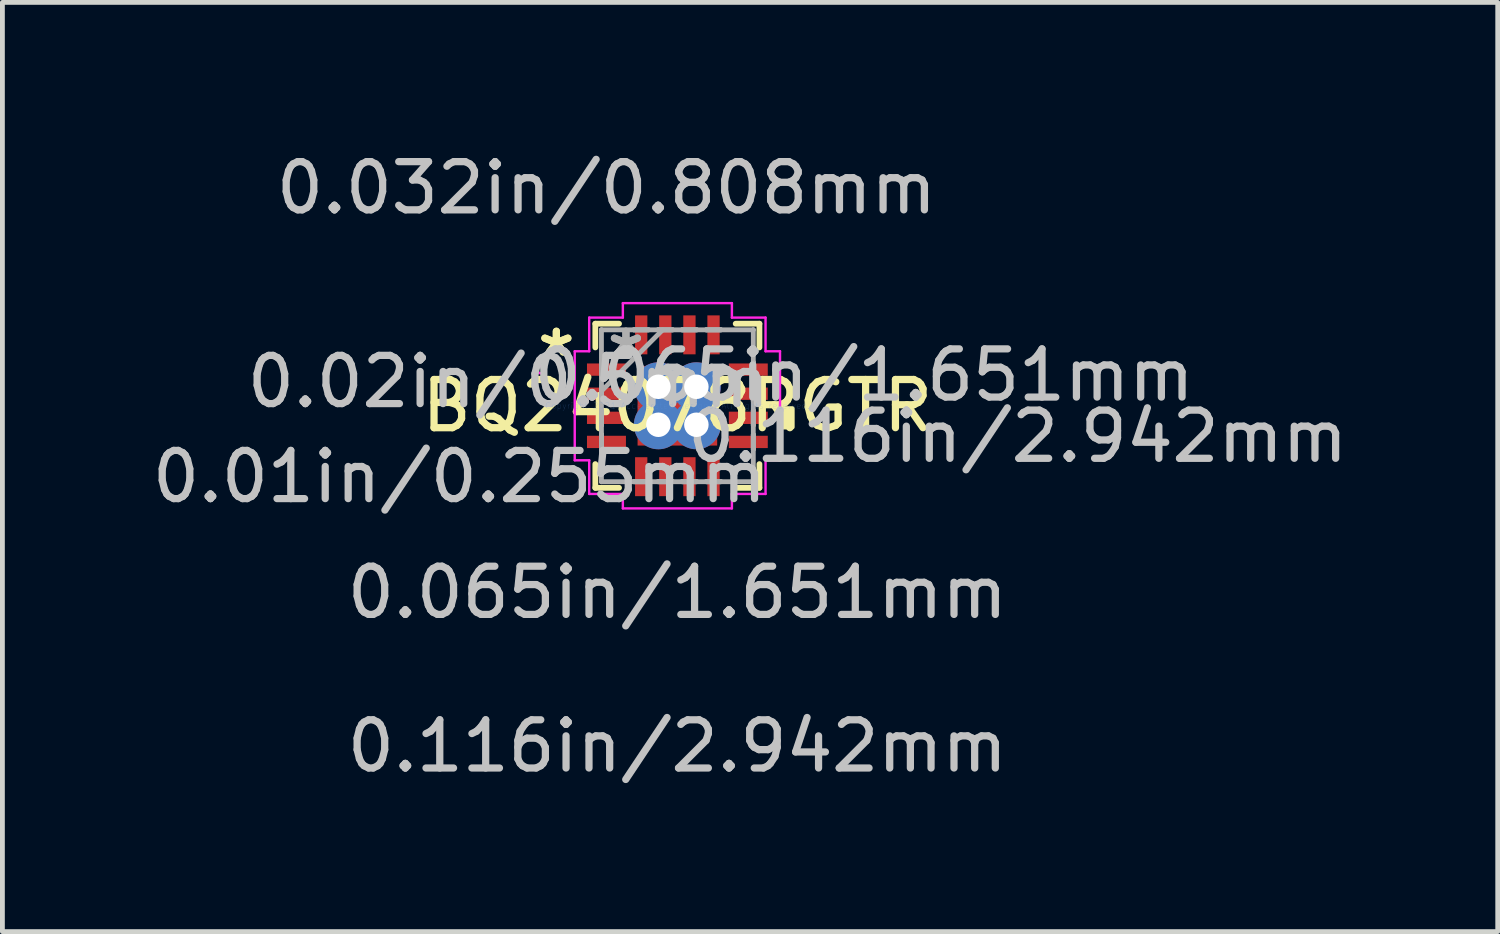
<source format=kicad_pcb>
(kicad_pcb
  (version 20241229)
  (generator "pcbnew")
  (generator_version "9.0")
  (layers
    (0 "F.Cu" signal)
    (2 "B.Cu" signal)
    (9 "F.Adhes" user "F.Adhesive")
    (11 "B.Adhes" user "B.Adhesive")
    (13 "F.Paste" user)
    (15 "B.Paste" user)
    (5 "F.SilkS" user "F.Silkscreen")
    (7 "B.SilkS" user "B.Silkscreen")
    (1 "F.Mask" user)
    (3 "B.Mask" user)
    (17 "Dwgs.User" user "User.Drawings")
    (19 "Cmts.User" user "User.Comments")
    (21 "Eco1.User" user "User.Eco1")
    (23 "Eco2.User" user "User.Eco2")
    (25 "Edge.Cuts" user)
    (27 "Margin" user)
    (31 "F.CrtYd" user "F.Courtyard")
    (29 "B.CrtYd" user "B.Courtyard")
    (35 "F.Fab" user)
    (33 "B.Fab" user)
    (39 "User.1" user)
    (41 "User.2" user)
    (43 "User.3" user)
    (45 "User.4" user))
  (footprint "BQ24078RGTR"
    (layer "F.Cu")
    (at 11.001 5.367)
    (property "Reference" "BQ24078RGTR" (at 0 0 0) (layer "F.SilkS") (effects (font (size 1 1) (thickness 0.15))))
    (attr through_hole)
    (fp_poly (pts (xy -0.889 -0.889) (xy -0.594 -0.889) (xy -0.594 0.889) (xy -0.889 0.889)) (stroke (width 0.1) (type solid)) (fill yes) (layer "F.Mask"))
    (fp_poly (pts (xy -0.889 -0.889) (xy 0.889 -0.889) (xy 0.889 -0.594) (xy -0.889 -0.594)) (stroke (width 0.1) (type solid)) (fill yes) (layer "F.Mask"))
    (fp_poly (pts (xy -0.889 -0.194) (xy 0.889 -0.194) (xy 0.889 0.194) (xy -0.889 0.194)) (stroke (width 0.1) (type solid)) (fill yes) (layer "F.Mask"))
    (fp_poly (pts (xy -0.889 0.594) (xy 0.889 0.594) (xy 0.889 0.889) (xy -0.889 0.889)) (stroke (width 0.1) (type solid)) (fill yes) (layer "F.Mask"))
    (fp_poly (pts (xy 0.194 -0.889) (xy -0.194 -0.889) (xy -0.194 0.889) (xy 0.194 0.889)) (stroke (width 0.1) (type solid)) (fill yes) (layer "F.Mask"))
    (fp_poly (pts (xy 0.594 -0.889) (xy 0.889 -0.889) (xy 0.889 0.889) (xy 0.594 0.889)) (stroke (width 0.1) (type solid)) (fill yes) (layer "F.Mask"))
    (fp_line (start -1.702 -1.702) (end -1.702 -1.21) (stroke (width 0.12) (type solid)) (layer "F.SilkS"))
    (fp_line (start -1.702 1.21) (end -1.702 1.702) (stroke (width 0.12) (type solid)) (layer "F.SilkS"))
    (fp_line (start -1.702 1.702) (end -1.21 1.702) (stroke (width 0.12) (type solid)) (layer "F.SilkS"))
    (fp_line (start -1.21 -1.702) (end -1.702 -1.702) (stroke (width 0.12) (type solid)) (layer "F.SilkS"))
    (fp_line (start 1.21 1.702) (end 1.702 1.702) (stroke (width 0.12) (type solid)) (layer "F.SilkS"))
    (fp_line (start 1.702 -1.702) (end 1.21 -1.702) (stroke (width 0.12) (type solid)) (layer "F.SilkS"))
    (fp_line (start 1.702 -1.21) (end 1.702 -1.702) (stroke (width 0.12) (type solid)) (layer "F.SilkS"))
    (fp_line (start 1.702 1.702) (end 1.702 1.21) (stroke (width 0.12) (type solid)) (layer "F.SilkS"))
    (fp_poly (pts (xy 2.383 0.059) (xy 2.383 0.441) (xy 2.129 0.441) (xy 2.129 0.059)) (stroke (width 0.1) (type solid)) (fill yes) (layer "F.SilkS"))
    (fp_poly (pts (xy -0.751 -0.751) (xy -0.751 -0.494) (xy -0.635 -0.494) (xy -0.494 -0.635) (xy -0.494 -0.751)) (stroke (width 0.1) (type solid)) (fill yes) (layer "F.Paste"))
    (fp_poly (pts (xy -0.751 0.494) (xy -0.751 0.751) (xy -0.494 0.751) (xy -0.494 0.635) (xy -0.635 0.494)) (stroke (width 0.1) (type solid)) (fill yes) (layer "F.Paste"))
    (fp_poly (pts (xy 0.494 -0.751) (xy 0.494 -0.635) (xy 0.635 -0.494) (xy 0.751 -0.494) (xy 0.751 -0.751)) (stroke (width 0.1) (type solid)) (fill yes) (layer "F.Paste"))
    (fp_poly (pts (xy 0.635 0.494) (xy 0.494 0.635) (xy 0.494 0.751) (xy 0.751 0.751) (xy 0.751 0.494)) (stroke (width 0.1) (type solid)) (fill yes) (layer "F.Paste"))
    (fp_poly (pts (xy -0.751 -0.294) (xy -0.751 0.294) (xy -0.635 0.294) (xy -0.494 0.152) (xy -0.494 -0.152) (xy -0.635 -0.294)) (stroke (width 0.1) (type solid)) (fill yes) (layer "F.Paste"))
    (fp_poly (pts (xy -0.294 -0.751) (xy -0.294 -0.635) (xy -0.152 -0.494) (xy 0.152 -0.494) (xy 0.294 -0.635) (xy 0.294 -0.751)) (stroke (width 0.1) (type solid)) (fill yes) (layer "F.Paste"))
    (fp_poly (pts (xy -0.152 0.494) (xy -0.294 0.635) (xy -0.294 0.751) (xy 0.294 0.751) (xy 0.294 0.635) (xy 0.152 0.494)) (stroke (width 0.1) (type solid)) (fill yes) (layer "F.Paste"))
    (fp_poly (pts (xy 0.635 -0.294) (xy 0.494 -0.152) (xy 0.494 0.152) (xy 0.635 0.294) (xy 0.751 0.294) (xy 0.751 -0.294)) (stroke (width 0.1) (type solid)) (fill yes) (layer "F.Paste"))
    (fp_poly (pts (xy -0.152 -0.294) (xy -0.294 -0.152) (xy -0.294 0.152) (xy -0.152 0.294) (xy 0.152 0.294) (xy 0.294 0.152) (xy 0.294 -0.152) (xy 0.152 -0.294)) (stroke (width 0.1) (type solid)) (fill yes) (layer "F.Paste"))
    (fp_line (start -2.129 -1.131) (end -1.829 -1.131) (stroke (width 0.05) (type solid)) (layer "F.CrtYd"))
    (fp_line (start -2.129 1.131) (end -2.129 -1.131) (stroke (width 0.05) (type solid)) (layer "F.CrtYd"))
    (fp_line (start -1.829 -1.829) (end -1.131 -1.829) (stroke (width 0.05) (type solid)) (layer "F.CrtYd"))
    (fp_line (start -1.829 -1.131) (end -1.829 -1.829) (stroke (width 0.05) (type solid)) (layer "F.CrtYd"))
    (fp_line (start -1.829 1.131) (end -2.129 1.131) (stroke (width 0.05) (type solid)) (layer "F.CrtYd"))
    (fp_line (start -1.829 1.829) (end -1.829 1.131) (stroke (width 0.05) (type solid)) (layer "F.CrtYd"))
    (fp_line (start -1.131 -2.129) (end 1.131 -2.129) (stroke (width 0.05) (type solid)) (layer "F.CrtYd"))
    (fp_line (start -1.131 -1.829) (end -1.131 -2.129) (stroke (width 0.05) (type solid)) (layer "F.CrtYd"))
    (fp_line (start -1.131 1.829) (end -1.829 1.829) (stroke (width 0.05) (type solid)) (layer "F.CrtYd"))
    (fp_line (start -1.131 2.129) (end -1.131 1.829) (stroke (width 0.05) (type solid)) (layer "F.CrtYd"))
    (fp_line (start 1.131 -2.129) (end 1.131 -1.829) (stroke (width 0.05) (type solid)) (layer "F.CrtYd"))
    (fp_line (start 1.131 -1.829) (end 1.829 -1.829) (stroke (width 0.05) (type solid)) (layer "F.CrtYd"))
    (fp_line (start 1.131 1.829) (end 1.131 2.129) (stroke (width 0.05) (type solid)) (layer "F.CrtYd"))
    (fp_line (start 1.131 2.129) (end -1.131 2.129) (stroke (width 0.05) (type solid)) (layer "F.CrtYd"))
    (fp_line (start 1.829 -1.829) (end 1.829 -1.131) (stroke (width 0.05) (type solid)) (layer "F.CrtYd"))
    (fp_line (start 1.829 -1.131) (end 2.129 -1.131) (stroke (width 0.05) (type solid)) (layer "F.CrtYd"))
    (fp_line (start 1.829 1.131) (end 1.829 1.829) (stroke (width 0.05) (type solid)) (layer "F.CrtYd"))
    (fp_line (start 1.829 1.829) (end 1.131 1.829) (stroke (width 0.05) (type solid)) (layer "F.CrtYd"))
    (fp_line (start 2.129 -1.131) (end 2.129 1.131) (stroke (width 0.05) (type solid)) (layer "F.CrtYd"))
    (fp_line (start 2.129 1.131) (end 1.829 1.131) (stroke (width 0.05) (type solid)) (layer "F.CrtYd"))
    (fp_circle (center -2.83 -0.75) (end -2.753 -0.75) (stroke (width 0.05) (type solid)) (fill no) (layer "F.CrtYd"))
    (fp_line (start -1.575 -1.575) (end -1.575 -1.575) (stroke (width 0.1) (type solid)) (layer "F.Fab"))
    (fp_line (start -1.575 -1.575) (end -1.575 1.575) (stroke (width 0.1) (type solid)) (layer "F.Fab"))
    (fp_line (start -1.575 -0.902) (end -1.575 -0.902) (stroke (width 0.1) (type solid)) (layer "F.Fab"))
    (fp_line (start -1.575 -0.902) (end -1.575 -0.598) (stroke (width 0.1) (type solid)) (layer "F.Fab"))
    (fp_line (start -1.575 -0.598) (end -1.575 -0.902) (stroke (width 0.1) (type solid)) (layer "F.Fab"))
    (fp_line (start -1.575 -0.598) (end -1.575 -0.598) (stroke (width 0.1) (type solid)) (layer "F.Fab"))
    (fp_line (start -1.575 -0.402) (end -1.575 -0.402) (stroke (width 0.1) (type solid)) (layer "F.Fab"))
    (fp_line (start -1.575 -0.402) (end -1.575 -0.098) (stroke (width 0.1) (type solid)) (layer "F.Fab"))
    (fp_line (start -1.575 -0.305) (end -0.305 -1.575) (stroke (width 0.1) (type solid)) (layer "F.Fab"))
    (fp_line (start -1.575 -0.098) (end -1.575 -0.402) (stroke (width 0.1) (type solid)) (layer "F.Fab"))
    (fp_line (start -1.575 -0.098) (end -1.575 -0.098) (stroke (width 0.1) (type solid)) (layer "F.Fab"))
    (fp_line (start -1.575 0.098) (end -1.575 0.098) (stroke (width 0.1) (type solid)) (layer "F.Fab"))
    (fp_line (start -1.575 0.098) (end -1.575 0.402) (stroke (width 0.1) (type solid)) (layer "F.Fab"))
    (fp_line (start -1.575 0.402) (end -1.575 0.098) (stroke (width 0.1) (type solid)) (layer "F.Fab"))
    (fp_line (start -1.575 0.402) (end -1.575 0.402) (stroke (width 0.1) (type solid)) (layer "F.Fab"))
    (fp_line (start -1.575 0.598) (end -1.575 0.598) (stroke (width 0.1) (type solid)) (layer "F.Fab"))
    (fp_line (start -1.575 0.598) (end -1.575 0.902) (stroke (width 0.1) (type solid)) (layer "F.Fab"))
    (fp_line (start -1.575 0.902) (end -1.575 0.598) (stroke (width 0.1) (type solid)) (layer "F.Fab"))
    (fp_line (start -1.575 0.902) (end -1.575 0.902) (stroke (width 0.1) (type solid)) (layer "F.Fab"))
    (fp_line (start -1.575 1.575) (end -1.575 1.575) (stroke (width 0.1) (type solid)) (layer "F.Fab"))
    (fp_line (start -1.575 1.575) (end 1.575 1.575) (stroke (width 0.1) (type solid)) (layer "F.Fab"))
    (fp_line (start -0.902 -1.575) (end -0.902 -1.575) (stroke (width 0.1) (type solid)) (layer "F.Fab"))
    (fp_line (start -0.902 -1.575) (end -0.598 -1.575) (stroke (width 0.1) (type solid)) (layer "F.Fab"))
    (fp_line (start -0.902 1.575) (end -0.902 1.575) (stroke (width 0.1) (type solid)) (layer "F.Fab"))
    (fp_line (start -0.902 1.575) (end -0.598 1.575) (stroke (width 0.1) (type solid)) (layer "F.Fab"))
    (fp_line (start -0.598 -1.575) (end -0.902 -1.575) (stroke (width 0.1) (type solid)) (layer "F.Fab"))
    (fp_line (start -0.598 -1.575) (end -0.598 -1.575) (stroke (width 0.1) (type solid)) (layer "F.Fab"))
    (fp_line (start -0.598 1.575) (end -0.902 1.575) (stroke (width 0.1) (type solid)) (layer "F.Fab"))
    (fp_line (start -0.598 1.575) (end -0.598 1.575) (stroke (width 0.1) (type solid)) (layer "F.Fab"))
    (fp_line (start -0.402 -1.575) (end -0.402 -1.575) (stroke (width 0.1) (type solid)) (layer "F.Fab"))
    (fp_line (start -0.402 -1.575) (end -0.098 -1.575) (stroke (width 0.1) (type solid)) (layer "F.Fab"))
    (fp_line (start -0.402 1.575) (end -0.402 1.575) (stroke (width 0.1) (type solid)) (layer "F.Fab"))
    (fp_line (start -0.402 1.575) (end -0.098 1.575) (stroke (width 0.1) (type solid)) (layer "F.Fab"))
    (fp_line (start -0.098 -1.575) (end -0.402 -1.575) (stroke (width 0.1) (type solid)) (layer "F.Fab"))
    (fp_line (start -0.098 -1.575) (end -0.098 -1.575) (stroke (width 0.1) (type solid)) (layer "F.Fab"))
    (fp_line (start -0.098 1.575) (end -0.402 1.575) (stroke (width 0.1) (type solid)) (layer "F.Fab"))
    (fp_line (start -0.098 1.575) (end -0.098 1.575) (stroke (width 0.1) (type solid)) (layer "F.Fab"))
    (fp_line (start 0.098 -1.575) (end 0.098 -1.575) (stroke (width 0.1) (type solid)) (layer "F.Fab"))
    (fp_line (start 0.098 -1.575) (end 0.402 -1.575) (stroke (width 0.1) (type solid)) (layer "F.Fab"))
    (fp_line (start 0.098 1.575) (end 0.098 1.575) (stroke (width 0.1) (type solid)) (layer "F.Fab"))
    (fp_line (start 0.098 1.575) (end 0.402 1.575) (stroke (width 0.1) (type solid)) (layer "F.Fab"))
    (fp_line (start 0.402 -1.575) (end 0.098 -1.575) (stroke (width 0.1) (type solid)) (layer "F.Fab"))
    (fp_line (start 0.402 -1.575) (end 0.402 -1.575) (stroke (width 0.1) (type solid)) (layer "F.Fab"))
    (fp_line (start 0.402 1.575) (end 0.098 1.575) (stroke (width 0.1) (type solid)) (layer "F.Fab"))
    (fp_line (start 0.402 1.575) (end 0.402 1.575) (stroke (width 0.1) (type solid)) (layer "F.Fab"))
    (fp_line (start 0.598 -1.575) (end 0.598 -1.575) (stroke (width 0.1) (type solid)) (layer "F.Fab"))
    (fp_line (start 0.598 -1.575) (end 0.902 -1.575) (stroke (width 0.1) (type solid)) (layer "F.Fab"))
    (fp_line (start 0.598 1.575) (end 0.598 1.575) (stroke (width 0.1) (type solid)) (layer "F.Fab"))
    (fp_line (start 0.598 1.575) (end 0.902 1.575) (stroke (width 0.1) (type solid)) (layer "F.Fab"))
    (fp_line (start 0.902 -1.575) (end 0.598 -1.575) (stroke (width 0.1) (type solid)) (layer "F.Fab"))
    (fp_line (start 0.902 -1.575) (end 0.902 -1.575) (stroke (width 0.1) (type solid)) (layer "F.Fab"))
    (fp_line (start 0.902 1.575) (end 0.598 1.575) (stroke (width 0.1) (type solid)) (layer "F.Fab"))
    (fp_line (start 0.902 1.575) (end 0.902 1.575) (stroke (width 0.1) (type solid)) (layer "F.Fab"))
    (fp_line (start 1.575 -1.575) (end -1.575 -1.575) (stroke (width 0.1) (type solid)) (layer "F.Fab"))
    (fp_line (start 1.575 -1.575) (end 1.575 -1.575) (stroke (width 0.1) (type solid)) (layer "F.Fab"))
    (fp_line (start 1.575 -0.902) (end 1.575 -0.902) (stroke (width 0.1) (type solid)) (layer "F.Fab"))
    (fp_line (start 1.575 -0.902) (end 1.575 -0.598) (stroke (width 0.1) (type solid)) (layer "F.Fab"))
    (fp_line (start 1.575 -0.598) (end 1.575 -0.902) (stroke (width 0.1) (type solid)) (layer "F.Fab"))
    (fp_line (start 1.575 -0.598) (end 1.575 -0.598) (stroke (width 0.1) (type solid)) (layer "F.Fab"))
    (fp_line (start 1.575 -0.402) (end 1.575 -0.402) (stroke (width 0.1) (type solid)) (layer "F.Fab"))
    (fp_line (start 1.575 -0.402) (end 1.575 -0.098) (stroke (width 0.1) (type solid)) (layer "F.Fab"))
    (fp_line (start 1.575 -0.098) (end 1.575 -0.402) (stroke (width 0.1) (type solid)) (layer "F.Fab"))
    (fp_line (start 1.575 -0.098) (end 1.575 -0.098) (stroke (width 0.1) (type solid)) (layer "F.Fab"))
    (fp_line (start 1.575 0.098) (end 1.575 0.098) (stroke (width 0.1) (type solid)) (layer "F.Fab"))
    (fp_line (start 1.575 0.098) (end 1.575 0.402) (stroke (width 0.1) (type solid)) (layer "F.Fab"))
    (fp_line (start 1.575 0.402) (end 1.575 0.098) (stroke (width 0.1) (type solid)) (layer "F.Fab"))
    (fp_line (start 1.575 0.402) (end 1.575 0.402) (stroke (width 0.1) (type solid)) (layer "F.Fab"))
    (fp_line (start 1.575 0.598) (end 1.575 0.598) (stroke (width 0.1) (type solid)) (layer "F.Fab"))
    (fp_line (start 1.575 0.598) (end 1.575 0.902) (stroke (width 0.1) (type solid)) (layer "F.Fab"))
    (fp_line (start 1.575 0.902) (end 1.575 0.598) (stroke (width 0.1) (type solid)) (layer "F.Fab"))
    (fp_line (start 1.575 0.902) (end 1.575 0.902) (stroke (width 0.1) (type solid)) (layer "F.Fab"))
    (fp_line (start 1.575 1.575) (end 1.575 -1.575) (stroke (width 0.1) (type solid)) (layer "F.Fab"))
    (fp_line (start 1.575 1.575) (end 1.575 1.575) (stroke (width 0.1) (type solid)) (layer "F.Fab"))
    (fp_text user "*" (at -2.51 -1 0) (layer "F.SilkS") (effects (font (size 1 1) (thickness 0.15))))
    (fp_text user "*" (at -2.51 -1 0) (layer "F.SilkS") (effects (font (size 1 1) (thickness 0.15))))
    (fp_text user "0.02in/0.5mm" (at -3.503 -0.5 0) (layer "Dwgs.User") (effects (font (size 1 1) (thickness 0.15))))
    (fp_text user "0.065in/1.651mm" (at 3.873 -0.635 0) (layer "Dwgs.User") (effects (font (size 1 1) (thickness 0.15))))
    (fp_text user "0.116in/2.942mm" (at 7.059 0.635 0) (layer "Dwgs.User") (effects (font (size 1 1) (thickness 0.15))))
    (fp_text user "0.116in/2.942mm" (at 0 7.059 0) (layer "Dwgs.User") (effects (font (size 1 1) (thickness 0.15))))
    (fp_text user "0.01in/0.255mm" (at -4.519 1.471 0) (layer "Dwgs.User") (effects (font (size 1 1) (thickness 0.15))))
    (fp_text user "0.032in/0.808mm" (at -1.471 -4.519 0) (layer "Dwgs.User") (effects (font (size 1 1) (thickness 0.15))))
    (fp_text user "0.065in/1.651mm" (at 0 3.873 0) (layer "Dwgs.User") (effects (font (size 1 1) (thickness 0.15))))
    (fp_text user "Copyright 2021 Accelerated Designs. All rights reserved." (at 0 0 0) (layer "Cmts.User") (effects (font (size 0.127 0.127) (thickness 0.002))))
    (fp_text user "*" (at -1.067 -1 0) (layer "F.Fab") (effects (font (size 1 1) (thickness 0.15))))
    (fp_text user "*" (at -1.067 -1 0) (layer "F.Fab") (effects (font (size 1 1) (thickness 0.15))))
    (pad "1" smd rect (at -1.471 -0.75 90) (size 0.255 0.808) (layers "F.Cu" "F.Mask" "F.Paste"))
    (pad "2" smd rect (at -1.471 -0.25 90) (size 0.255 0.808) (layers "F.Cu" "F.Mask" "F.Paste"))
    (pad "3" smd rect (at -1.471 0.25 90) (size 0.255 0.808) (layers "F.Cu" "F.Mask" "F.Paste"))
    (pad "4" smd rect (at -1.471 0.75 90) (size 0.255 0.808) (layers "F.Cu" "F.Mask" "F.Paste"))
    (pad "5" smd rect (at -0.75 1.471) (size 0.255 0.808) (layers "F.Cu" "F.Mask" "F.Paste"))
    (pad "6" smd rect (at -0.25 1.471) (size 0.255 0.808) (layers "F.Cu" "F.Mask" "F.Paste"))
    (pad "7" smd rect (at 0.25 1.471) (size 0.255 0.808) (layers "F.Cu" "F.Mask" "F.Paste"))
    (pad "8" smd rect (at 0.75 1.471) (size 0.255 0.808) (layers "F.Cu" "F.Mask" "F.Paste"))
    (pad "9" smd rect (at 1.471 0.75 90) (size 0.255 0.808) (layers "F.Cu" "F.Mask" "F.Paste"))
    (pad "10" smd rect (at 1.471 0.25 90) (size 0.255 0.808) (layers "F.Cu" "F.Mask" "F.Paste"))
    (pad "11" smd rect (at 1.471 -0.25 90) (size 0.255 0.808) (layers "F.Cu" "F.Mask" "F.Paste"))
    (pad "12" smd rect (at 1.471 -0.75 90) (size 0.255 0.808) (layers "F.Cu" "F.Mask" "F.Paste"))
    (pad "13" smd rect (at 0.75 -1.471) (size 0.255 0.808) (layers "F.Cu" "F.Mask" "F.Paste"))
    (pad "14" smd rect (at 0.25 -1.471) (size 0.255 0.808) (layers "F.Cu" "F.Mask" "F.Paste"))
    (pad "15" smd rect (at -0.25 -1.471) (size 0.255 0.808) (layers "F.Cu" "F.Mask" "F.Paste"))
    (pad "16" smd rect (at -0.75 -1.471) (size 0.255 0.808) (layers "F.Cu" "F.Mask" "F.Paste"))
    (pad "17" smd rect (at 0 0) (size 1.651 1.651) (layers "F.Cu"))
    (pad "V" thru_hole circle (at -0.394 -0.394) (size 1.016 1.016) (drill 0.508) (layers "*.Cu" "*.Mask"))
    (pad "V" thru_hole circle (at -0.394 0.394) (size 1.016 1.016) (drill 0.508) (layers "*.Cu" "*.Mask"))
    (pad "V" thru_hole circle (at 0.394 -0.394) (size 1.016 1.016) (drill 0.508) (layers "*.Cu" "*.Mask"))
    (pad "V" thru_hole circle (at 0.394 0.394) (size 1.016 1.016) (drill 0.508) (layers "*.Cu" "*.Mask")))
  (gr_rect
    (start -3 -3)
    (end 28.018 16.274)
    (stroke (width 0.1) (type default))
    (fill no)
    (layer "Edge.Cuts")))
</source>
